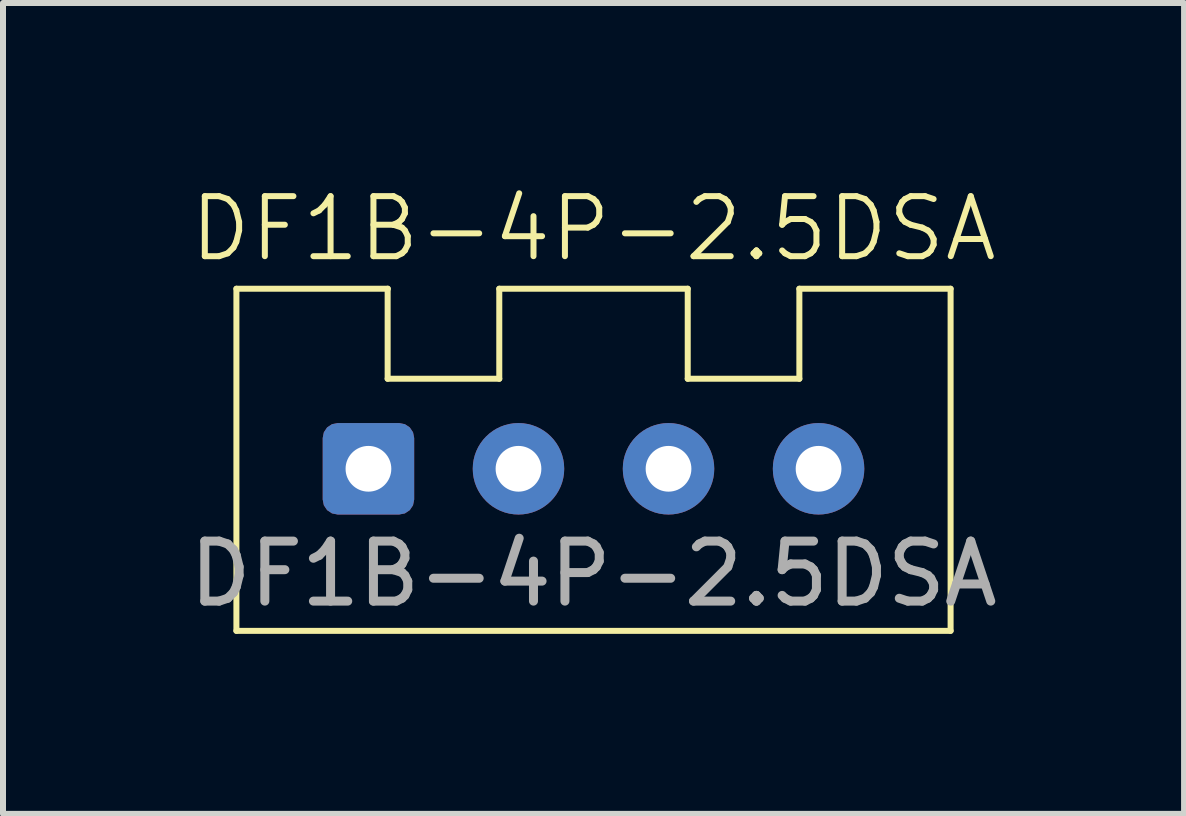
<source format=kicad_pcb>
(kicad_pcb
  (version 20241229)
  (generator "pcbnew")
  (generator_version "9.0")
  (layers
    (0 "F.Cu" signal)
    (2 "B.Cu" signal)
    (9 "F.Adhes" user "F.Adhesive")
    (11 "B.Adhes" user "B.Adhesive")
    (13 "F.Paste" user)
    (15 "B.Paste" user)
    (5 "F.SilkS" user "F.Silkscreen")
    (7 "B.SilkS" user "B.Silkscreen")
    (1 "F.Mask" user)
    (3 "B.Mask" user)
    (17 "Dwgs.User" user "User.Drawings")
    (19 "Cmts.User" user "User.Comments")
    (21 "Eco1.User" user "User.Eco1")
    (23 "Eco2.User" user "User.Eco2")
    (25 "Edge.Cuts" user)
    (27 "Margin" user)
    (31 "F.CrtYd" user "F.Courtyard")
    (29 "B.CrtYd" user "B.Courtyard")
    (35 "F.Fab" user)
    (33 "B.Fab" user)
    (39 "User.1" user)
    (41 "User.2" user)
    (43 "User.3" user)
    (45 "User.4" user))
  (footprint "DF1B-4P-2.5DSA"
    (layer "F.Cu")
    (at 6.839 4.761)
    (property "Reference" "DF1B-4P-2.5DSA" (at 0 -4 0) (unlocked yes) (layer "F.SilkS") (effects (font (size 1 1) (thickness 0.1))))
    (attr through_hole)
    (fp_line (start -5.95 -3) (end -5.95 2.7) (stroke (width 0.1) (type default)) (layer "F.SilkS"))
    (fp_line (start -3.43 -3) (end -3.43 -1.5) (stroke (width 0.1) (type default)) (layer "F.SilkS"))
    (fp_line (start -3.43 -1.5) (end -1.57 -1.5) (stroke (width 0.1) (type default)) (layer "F.SilkS"))
    (fp_line (start -3.426 -3) (end -5.95 -3) (stroke (width 0.1) (type default)) (layer "F.SilkS"))
    (fp_line (start -1.57 -3) (end 1.57 -3) (stroke (width 0.1) (type default)) (layer "F.SilkS"))
    (fp_line (start -1.57 -1.5) (end -1.57 -3) (stroke (width 0.1) (type default)) (layer "F.SilkS"))
    (fp_line (start 1.57 -1.5) (end 1.57 -3) (stroke (width 0.1) (type default)) (layer "F.SilkS"))
    (fp_line (start 1.57 -1.5) (end 3.43 -1.5) (stroke (width 0.1) (type default)) (layer "F.SilkS"))
    (fp_line (start 3.43 -3) (end 3.43 -1.5) (stroke (width 0.1) (type default)) (layer "F.SilkS"))
    (fp_line (start 3.43 -3) (end 5.95 -3) (stroke (width 0.1) (type default)) (layer "F.SilkS"))
    (fp_line (start 5.95 -3) (end 5.95 2.7) (stroke (width 0.1) (type default)) (layer "F.SilkS"))
    (fp_line (start 5.95 2.7) (end -5.95 2.7) (stroke (width 0.1) (type default)) (layer "F.SilkS"))
    (fp_text user "${REFERENCE}" (at 0 1.75 0) (unlocked yes) (layer "F.Fab") (effects (font (size 1 1) (thickness 0.15))))
    (pad "1" thru_hole roundrect (at -3.75 0) (size 1.524 1.524) (drill 0.762) (layers "*.Cu" "*.Mask") (roundrect_rratio 0.164))
    (pad "2" thru_hole circle (at -1.25 0) (size 1.524 1.524) (drill 0.762) (layers "*.Cu" "*.Mask"))
    (pad "3" thru_hole circle (at 1.25 0) (size 1.524 1.524) (drill 0.762) (layers "*.Cu" "*.Mask"))
    (pad "4" thru_hole circle (at 3.75 0) (size 1.524 1.524) (drill 0.762) (layers "*.Cu" "*.Mask")))
  (gr_rect
    (start -3 -3)
    (end 16.679 10.511)
    (stroke (width 0.1) (type default))
    (fill no)
    (layer "Edge.Cuts")))
</source>
